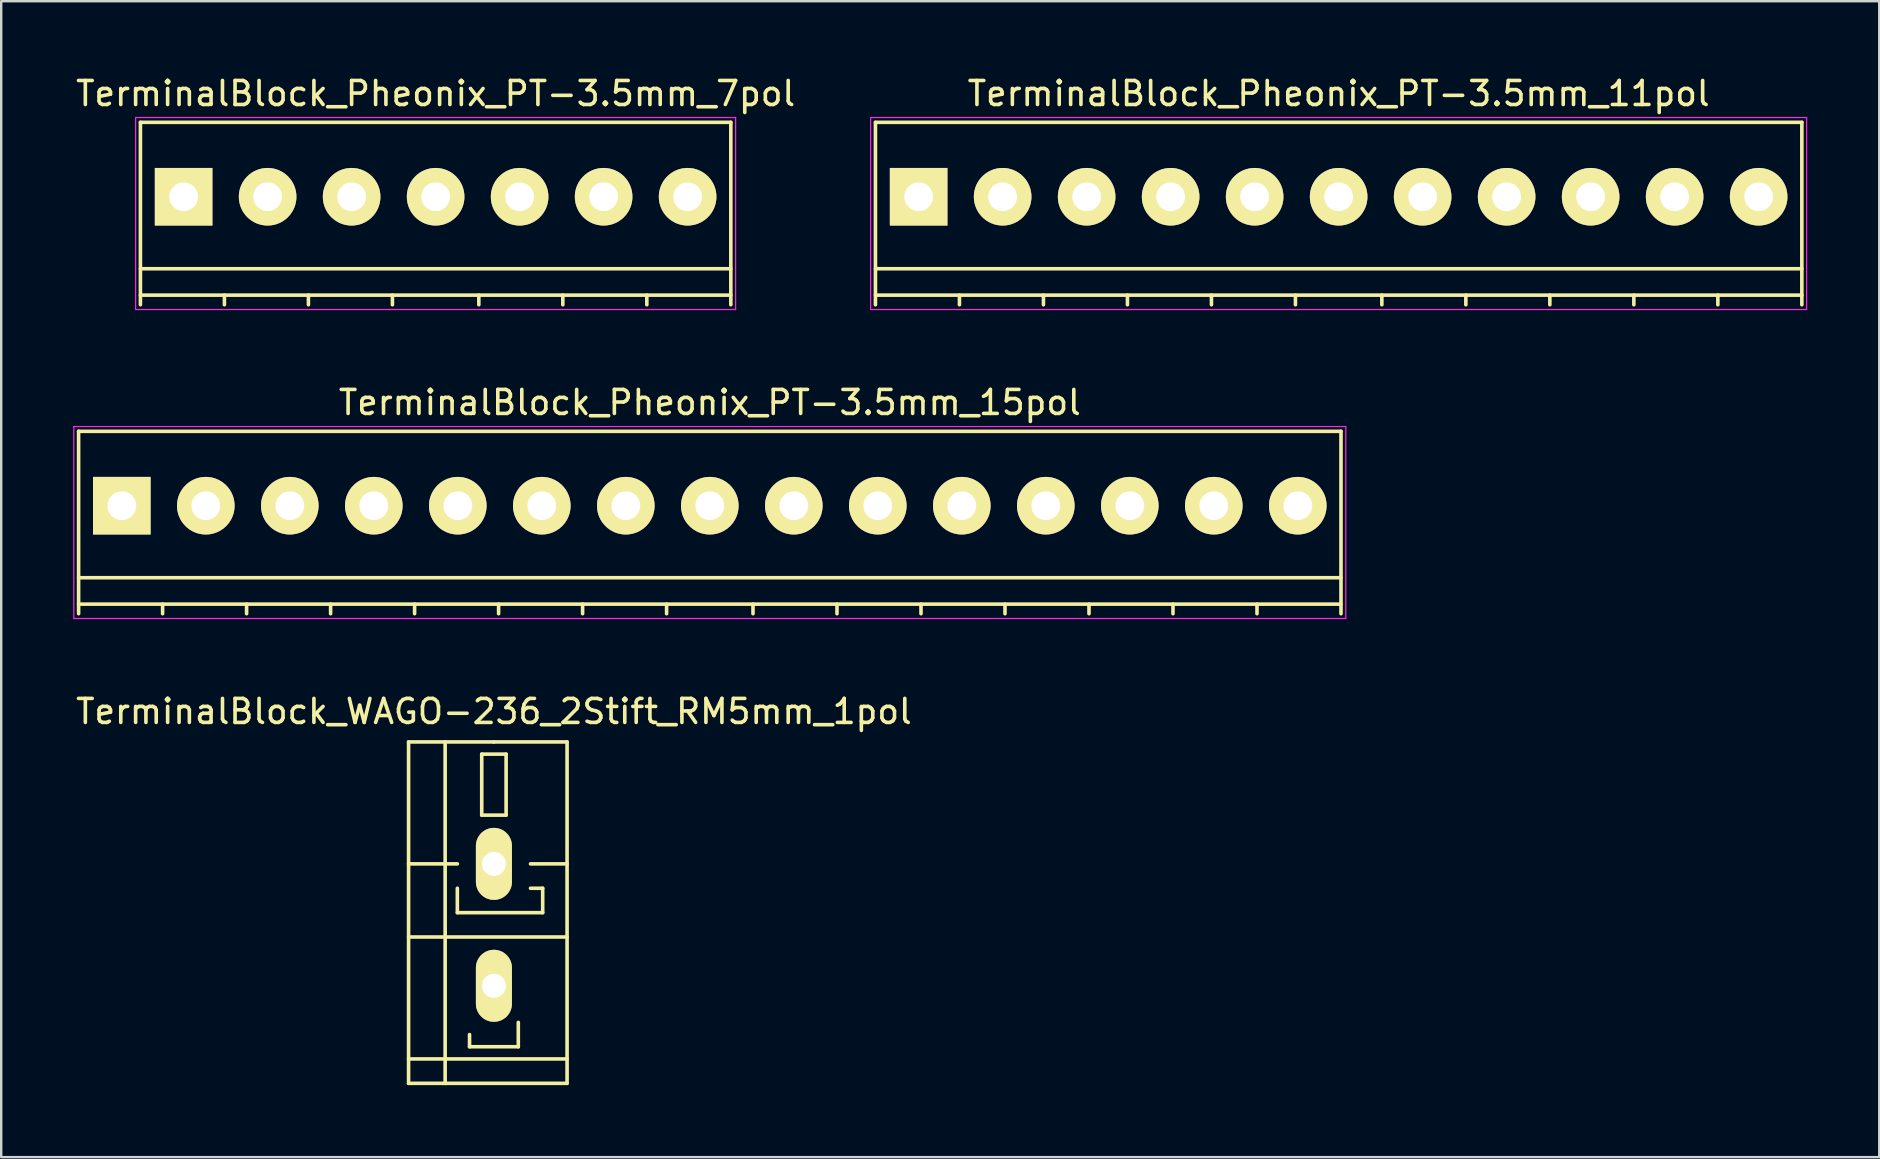
<source format=kicad_pcb>
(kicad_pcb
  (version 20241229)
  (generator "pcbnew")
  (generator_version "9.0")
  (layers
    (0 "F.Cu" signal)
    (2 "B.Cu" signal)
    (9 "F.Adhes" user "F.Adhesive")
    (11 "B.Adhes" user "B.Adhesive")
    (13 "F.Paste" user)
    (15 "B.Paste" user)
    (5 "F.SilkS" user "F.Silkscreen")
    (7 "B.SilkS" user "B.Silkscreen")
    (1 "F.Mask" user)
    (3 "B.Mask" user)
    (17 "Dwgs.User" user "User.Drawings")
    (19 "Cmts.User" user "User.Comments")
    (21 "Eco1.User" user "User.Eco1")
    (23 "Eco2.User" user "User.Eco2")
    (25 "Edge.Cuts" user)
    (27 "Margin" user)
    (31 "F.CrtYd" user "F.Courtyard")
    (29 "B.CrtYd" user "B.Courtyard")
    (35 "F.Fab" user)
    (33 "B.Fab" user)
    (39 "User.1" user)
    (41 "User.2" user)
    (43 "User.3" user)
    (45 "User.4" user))
  (footprint "TerminalBlock_Pheonix_PT-3.5mm_11pol"
    (layer "F.Cu")
    (at 35.227 5.148)
    (property "Reference" "TerminalBlock_Pheonix_PT-3.5mm_11pol" (at 17.5 -4.3 0) (layer "F.SilkS") (effects (font (size 1 1) (thickness 0.15))))
    (attr through_hole)
    (fp_line (start -1.8 -3.1) (end -1.8 4.5) (stroke (width 0.15) (type solid)) (layer "F.SilkS"))
    (fp_line (start -1.8 3) (end 36.8 3) (stroke (width 0.15) (type solid)) (layer "F.SilkS"))
    (fp_line (start -1.8 4.1) (end 36.8 4.1) (stroke (width 0.15) (type solid)) (layer "F.SilkS"))
    (fp_line (start 1.7 4.1) (end 1.7 4.5) (stroke (width 0.15) (type solid)) (layer "F.SilkS"))
    (fp_line (start 5.2 4.1) (end 5.2 4.5) (stroke (width 0.15) (type solid)) (layer "F.SilkS"))
    (fp_line (start 8.7 4.1) (end 8.7 4.5) (stroke (width 0.15) (type solid)) (layer "F.SilkS"))
    (fp_line (start 12.2 4.1) (end 12.2 4.5) (stroke (width 0.15) (type solid)) (layer "F.SilkS"))
    (fp_line (start 15.7 4.1) (end 15.7 4.5) (stroke (width 0.15) (type solid)) (layer "F.SilkS"))
    (fp_line (start 19.3 4.1) (end 19.3 4.5) (stroke (width 0.15) (type solid)) (layer "F.SilkS"))
    (fp_line (start 22.8 4.1) (end 22.8 4.5) (stroke (width 0.15) (type solid)) (layer "F.SilkS"))
    (fp_line (start 26.3 4.1) (end 26.3 4.5) (stroke (width 0.15) (type solid)) (layer "F.SilkS"))
    (fp_line (start 29.8 4.1) (end 29.8 4.5) (stroke (width 0.15) (type solid)) (layer "F.SilkS"))
    (fp_line (start 33.3 4.1) (end 33.3 4.5) (stroke (width 0.15) (type solid)) (layer "F.SilkS"))
    (fp_line (start 36.8 -3.1) (end -1.8 -3.1) (stroke (width 0.15) (type solid)) (layer "F.SilkS"))
    (fp_line (start 36.8 4.5) (end 36.8 -3.1) (stroke (width 0.15) (type solid)) (layer "F.SilkS"))
    (fp_line (start -2 -3.3) (end 37 -3.3) (stroke (width 0.05) (type solid)) (layer "F.CrtYd"))
    (fp_line (start -2 4.7) (end -2 -3.3) (stroke (width 0.05) (type solid)) (layer "F.CrtYd"))
    (fp_line (start 37 -3.3) (end 37 4.7) (stroke (width 0.05) (type solid)) (layer "F.CrtYd"))
    (fp_line (start 37 4.7) (end -2 4.7) (stroke (width 0.05) (type solid)) (layer "F.CrtYd"))
    (pad "1" thru_hole rect (at 0 0 180) (size 2.4 2.4) (drill 1.2) (layers "*.Cu" "*.Mask" "F.SilkS"))
    (pad "2" thru_hole circle (at 3.5 0 180) (size 2.4 2.4) (drill 1.2) (layers "*.Cu" "*.Mask" "F.SilkS"))
    (pad "3" thru_hole circle (at 7 0 180) (size 2.4 2.4) (drill 1.2) (layers "*.Cu" "*.Mask" "F.SilkS"))
    (pad "4" thru_hole circle (at 10.5 0 180) (size 2.4 2.4) (drill 1.2) (layers "*.Cu" "*.Mask" "F.SilkS"))
    (pad "5" thru_hole circle (at 14 0 180) (size 2.4 2.4) (drill 1.2) (layers "*.Cu" "*.Mask" "F.SilkS"))
    (pad "6" thru_hole circle (at 17.5 0 180) (size 2.4 2.4) (drill 1.2) (layers "*.Cu" "*.Mask" "F.SilkS"))
    (pad "7" thru_hole circle (at 21 0 180) (size 2.4 2.4) (drill 1.2) (layers "*.Cu" "*.Mask" "F.SilkS"))
    (pad "8" thru_hole circle (at 24.5 0 180) (size 2.4 2.4) (drill 1.2) (layers "*.Cu" "*.Mask" "F.SilkS"))
    (pad "9" thru_hole circle (at 28 0 180) (size 2.4 2.4) (drill 1.2) (layers "*.Cu" "*.Mask" "F.SilkS"))
    (pad "10" thru_hole circle (at 31.5 0 180) (size 2.4 2.4) (drill 1.2) (layers "*.Cu" "*.Mask" "F.SilkS"))
    (pad "11" thru_hole circle (at 35 0 180) (size 2.4 2.4) (drill 1.2) (layers "*.Cu" "*.Mask" "F.SilkS")))
  (footprint "TerminalBlock_WAGO-236_2Stift_RM5mm_1pol"
    (layer "F.Cu")
    (at 17.53 35.485)
    (property "Reference" "TerminalBlock_WAGO-236_2Stift_RM5mm_1pol" (at 0 -8.89 0) (layer "F.SilkS") (effects (font (size 1 1) (thickness 0.15))))
    (attr through_hole)
    (fp_line (start -3.556 -7.62) (end -2.032 -7.62) (stroke (width 0.15) (type solid)) (layer "F.SilkS"))
    (fp_line (start -3.556 -2.54) (end -1.524 -2.54) (stroke (width 0.15) (type solid)) (layer "F.SilkS"))
    (fp_line (start -3.556 0.508) (end 3.048 0.508) (stroke (width 0.15) (type solid)) (layer "F.SilkS"))
    (fp_line (start -3.556 5.588) (end 3.048 5.588) (stroke (width 0.15) (type solid)) (layer "F.SilkS"))
    (fp_line (start -3.556 6.604) (end -3.556 -7.62) (stroke (width 0.15) (type solid)) (layer "F.SilkS"))
    (fp_line (start -2.032 -7.62) (end 0 -7.62) (stroke (width 0.15) (type solid)) (layer "F.SilkS"))
    (fp_line (start -2.032 6.604) (end -3.556 6.604) (stroke (width 0.15) (type solid)) (layer "F.SilkS"))
    (fp_line (start -2.032 6.604) (end -2.032 -7.62) (stroke (width 0.15) (type solid)) (layer "F.SilkS"))
    (fp_line (start -1.524 -1.524) (end -1.524 -0.508) (stroke (width 0.15) (type solid)) (layer "F.SilkS"))
    (fp_line (start -1.524 -0.508) (end 2.032 -0.508) (stroke (width 0.15) (type solid)) (layer "F.SilkS"))
    (fp_line (start -1.016 4.572) (end -1.016 5.08) (stroke (width 0.15) (type solid)) (layer "F.SilkS"))
    (fp_line (start -1.016 5.08) (end 1.016 5.08) (stroke (width 0.15) (type solid)) (layer "F.SilkS"))
    (fp_line (start -0.508 -7.112) (end 0.508 -7.112) (stroke (width 0.15) (type solid)) (layer "F.SilkS"))
    (fp_line (start -0.508 -4.572) (end -0.508 -7.112) (stroke (width 0.15) (type solid)) (layer "F.SilkS"))
    (fp_line (start 0 -7.62) (end 3.048 -7.62) (stroke (width 0.15) (type solid)) (layer "F.SilkS"))
    (fp_line (start 0.508 -7.112) (end 0.508 -4.572) (stroke (width 0.15) (type solid)) (layer "F.SilkS"))
    (fp_line (start 0.508 -4.572) (end -0.508 -4.572) (stroke (width 0.15) (type solid)) (layer "F.SilkS"))
    (fp_line (start 1.016 5.08) (end 1.016 4.064) (stroke (width 0.15) (type solid)) (layer "F.SilkS"))
    (fp_line (start 1.524 -2.54) (end 3.048 -2.54) (stroke (width 0.15) (type solid)) (layer "F.SilkS"))
    (fp_line (start 2.032 -1.524) (end 1.524 -1.524) (stroke (width 0.15) (type solid)) (layer "F.SilkS"))
    (fp_line (start 2.032 -0.508) (end 2.032 -1.524) (stroke (width 0.15) (type solid)) (layer "F.SilkS"))
    (fp_line (start 3.048 -7.62) (end 3.048 6.604) (stroke (width 0.15) (type solid)) (layer "F.SilkS"))
    (fp_line (start 3.048 6.604) (end -2.032 6.604) (stroke (width 0.15) (type solid)) (layer "F.SilkS"))
    (pad "1" thru_hole oval (at 0 -2.54 90) (size 3 1.501) (drill 1.001) (layers "*.Cu" "*.Mask" "F.SilkS"))
    (pad "1" thru_hole oval (at 0 2.54 90) (size 3 1.501) (drill 1.001) (layers "*.Cu" "*.Mask" "F.SilkS")))
  (footprint "TerminalBlock_Pheonix_PT-3.5mm_15pol"
    (layer "F.Cu")
    (at 2.025 18.021)
    (property "Reference" "TerminalBlock_Pheonix_PT-3.5mm_15pol" (at 24.5 -4.3 0) (layer "F.SilkS") (effects (font (size 1 1) (thickness 0.15))))
    (attr through_hole)
    (fp_line (start -1.8 -3.1) (end -1.8 4.5) (stroke (width 0.15) (type solid)) (layer "F.SilkS"))
    (fp_line (start -1.8 3) (end 50.8 3) (stroke (width 0.15) (type solid)) (layer "F.SilkS"))
    (fp_line (start -1.8 4.1) (end 50.8 4.1) (stroke (width 0.15) (type solid)) (layer "F.SilkS"))
    (fp_line (start 1.7 4.1) (end 1.7 4.5) (stroke (width 0.15) (type solid)) (layer "F.SilkS"))
    (fp_line (start 5.2 4.1) (end 5.2 4.5) (stroke (width 0.15) (type solid)) (layer "F.SilkS"))
    (fp_line (start 8.7 4.1) (end 8.7 4.5) (stroke (width 0.15) (type solid)) (layer "F.SilkS"))
    (fp_line (start 12.2 4.1) (end 12.2 4.5) (stroke (width 0.15) (type solid)) (layer "F.SilkS"))
    (fp_line (start 15.7 4.1) (end 15.7 4.5) (stroke (width 0.15) (type solid)) (layer "F.SilkS"))
    (fp_line (start 19.2 4.1) (end 19.2 4.5) (stroke (width 0.15) (type solid)) (layer "F.SilkS"))
    (fp_line (start 22.7 4.1) (end 22.7 4.5) (stroke (width 0.15) (type solid)) (layer "F.SilkS"))
    (fp_line (start 26.3 4.1) (end 26.3 4.5) (stroke (width 0.15) (type solid)) (layer "F.SilkS"))
    (fp_line (start 29.8 4.1) (end 29.8 4.5) (stroke (width 0.15) (type solid)) (layer "F.SilkS"))
    (fp_line (start 33.3 4.1) (end 33.3 4.5) (stroke (width 0.15) (type solid)) (layer "F.SilkS"))
    (fp_line (start 36.8 4.1) (end 36.8 4.5) (stroke (width 0.15) (type solid)) (layer "F.SilkS"))
    (fp_line (start 40.3 4.1) (end 40.3 4.5) (stroke (width 0.15) (type solid)) (layer "F.SilkS"))
    (fp_line (start 43.8 4.1) (end 43.8 4.5) (stroke (width 0.15) (type solid)) (layer "F.SilkS"))
    (fp_line (start 47.3 4.1) (end 47.3 4.5) (stroke (width 0.15) (type solid)) (layer "F.SilkS"))
    (fp_line (start 50.8 -3.1) (end -1.8 -3.1) (stroke (width 0.15) (type solid)) (layer "F.SilkS"))
    (fp_line (start 50.8 4.5) (end 50.8 -3.1) (stroke (width 0.15) (type solid)) (layer "F.SilkS"))
    (fp_line (start -2 -3.3) (end 51 -3.3) (stroke (width 0.05) (type solid)) (layer "F.CrtYd"))
    (fp_line (start -2 4.7) (end -2 -3.3) (stroke (width 0.05) (type solid)) (layer "F.CrtYd"))
    (fp_line (start 51 -3.3) (end 51 4.7) (stroke (width 0.05) (type solid)) (layer "F.CrtYd"))
    (fp_line (start 51 4.7) (end -2 4.7) (stroke (width 0.05) (type solid)) (layer "F.CrtYd"))
    (pad "1" thru_hole rect (at 0 0 180) (size 2.4 2.4) (drill 1.2) (layers "*.Cu" "*.Mask" "F.SilkS"))
    (pad "2" thru_hole circle (at 3.5 0 180) (size 2.4 2.4) (drill 1.2) (layers "*.Cu" "*.Mask" "F.SilkS"))
    (pad "3" thru_hole circle (at 7 0 180) (size 2.4 2.4) (drill 1.2) (layers "*.Cu" "*.Mask" "F.SilkS"))
    (pad "4" thru_hole circle (at 10.5 0 180) (size 2.4 2.4) (drill 1.2) (layers "*.Cu" "*.Mask" "F.SilkS"))
    (pad "5" thru_hole circle (at 14 0 180) (size 2.4 2.4) (drill 1.2) (layers "*.Cu" "*.Mask" "F.SilkS"))
    (pad "6" thru_hole circle (at 17.5 0 180) (size 2.4 2.4) (drill 1.2) (layers "*.Cu" "*.Mask" "F.SilkS"))
    (pad "7" thru_hole circle (at 21 0 180) (size 2.4 2.4) (drill 1.2) (layers "*.Cu" "*.Mask" "F.SilkS"))
    (pad "8" thru_hole circle (at 24.5 0 180) (size 2.4 2.4) (drill 1.2) (layers "*.Cu" "*.Mask" "F.SilkS"))
    (pad "9" thru_hole circle (at 28 0 180) (size 2.4 2.4) (drill 1.2) (layers "*.Cu" "*.Mask" "F.SilkS"))
    (pad "10" thru_hole circle (at 31.5 0 180) (size 2.4 2.4) (drill 1.2) (layers "*.Cu" "*.Mask" "F.SilkS"))
    (pad "11" thru_hole circle (at 35 0 180) (size 2.4 2.4) (drill 1.2) (layers "*.Cu" "*.Mask" "F.SilkS"))
    (pad "12" thru_hole circle (at 38.5 0 180) (size 2.4 2.4) (drill 1.2) (layers "*.Cu" "*.Mask" "F.SilkS"))
    (pad "13" thru_hole circle (at 42 0 180) (size 2.4 2.4) (drill 1.2) (layers "*.Cu" "*.Mask" "F.SilkS"))
    (pad "14" thru_hole circle (at 45.5 0 180) (size 2.4 2.4) (drill 1.2) (layers "*.Cu" "*.Mask" "F.SilkS"))
    (pad "15" thru_hole circle (at 49 0 180) (size 2.4 2.4) (drill 1.2) (layers "*.Cu" "*.Mask" "F.SilkS")))
  (footprint "TerminalBlock_Pheonix_PT-3.5mm_7pol"
    (layer "F.Cu")
    (at 4.601 5.148)
    (property "Reference" "TerminalBlock_Pheonix_PT-3.5mm_7pol" (at 10.5 -4.3 0) (layer "F.SilkS") (effects (font (size 1 1) (thickness 0.15))))
    (attr through_hole)
    (fp_line (start -1.8 -3.1) (end -1.8 4.5) (stroke (width 0.15) (type solid)) (layer "F.SilkS"))
    (fp_line (start -1.8 3) (end 22.8 3) (stroke (width 0.15) (type solid)) (layer "F.SilkS"))
    (fp_line (start -1.8 4.1) (end 22.8 4.1) (stroke (width 0.15) (type solid)) (layer "F.SilkS"))
    (fp_line (start 1.7 4.1) (end 1.7 4.5) (stroke (width 0.15) (type solid)) (layer "F.SilkS"))
    (fp_line (start 5.2 4.1) (end 5.2 4.5) (stroke (width 0.15) (type solid)) (layer "F.SilkS"))
    (fp_line (start 8.7 4.1) (end 8.7 4.5) (stroke (width 0.15) (type solid)) (layer "F.SilkS"))
    (fp_line (start 12.3 4.1) (end 12.3 4.5) (stroke (width 0.15) (type solid)) (layer "F.SilkS"))
    (fp_line (start 15.8 4.1) (end 15.8 4.5) (stroke (width 0.15) (type solid)) (layer "F.SilkS"))
    (fp_line (start 19.3 4.1) (end 19.3 4.5) (stroke (width 0.15) (type solid)) (layer "F.SilkS"))
    (fp_line (start 22.8 -3.1) (end -1.8 -3.1) (stroke (width 0.15) (type solid)) (layer "F.SilkS"))
    (fp_line (start 22.8 4.5) (end 22.8 -3.1) (stroke (width 0.15) (type solid)) (layer "F.SilkS"))
    (fp_line (start -2 -3.3) (end 23 -3.3) (stroke (width 0.05) (type solid)) (layer "F.CrtYd"))
    (fp_line (start -2 4.7) (end -2 -3.3) (stroke (width 0.05) (type solid)) (layer "F.CrtYd"))
    (fp_line (start 23 -3.3) (end 23 4.7) (stroke (width 0.05) (type solid)) (layer "F.CrtYd"))
    (fp_line (start 23 4.7) (end -2 4.7) (stroke (width 0.05) (type solid)) (layer "F.CrtYd"))
    (pad "1" thru_hole rect (at 0 0) (size 2.4 2.4) (drill 1.2) (layers "*.Cu" "*.Mask" "F.SilkS"))
    (pad "2" thru_hole circle (at 3.5 0) (size 2.4 2.4) (drill 1.2) (layers "*.Cu" "*.Mask" "F.SilkS"))
    (pad "3" thru_hole circle (at 7 0) (size 2.4 2.4) (drill 1.2) (layers "*.Cu" "*.Mask" "F.SilkS"))
    (pad "4" thru_hole circle (at 10.5 0) (size 2.4 2.4) (drill 1.2) (layers "*.Cu" "*.Mask" "F.SilkS"))
    (pad "5" thru_hole circle (at 14 0) (size 2.4 2.4) (drill 1.2) (layers "*.Cu" "*.Mask" "F.SilkS"))
    (pad "6" thru_hole circle (at 17.5 0) (size 2.4 2.4) (drill 1.2) (layers "*.Cu" "*.Mask" "F.SilkS"))
    (pad "7" thru_hole circle (at 21 0) (size 2.4 2.4) (drill 1.2) (layers "*.Cu" "*.Mask" "F.SilkS")))
  (gr_rect
    (start -3 -3)
    (end 75.252 45.164)
    (stroke (width 0.1) (type default))
    (fill no)
    (layer "Edge.Cuts")))
</source>
